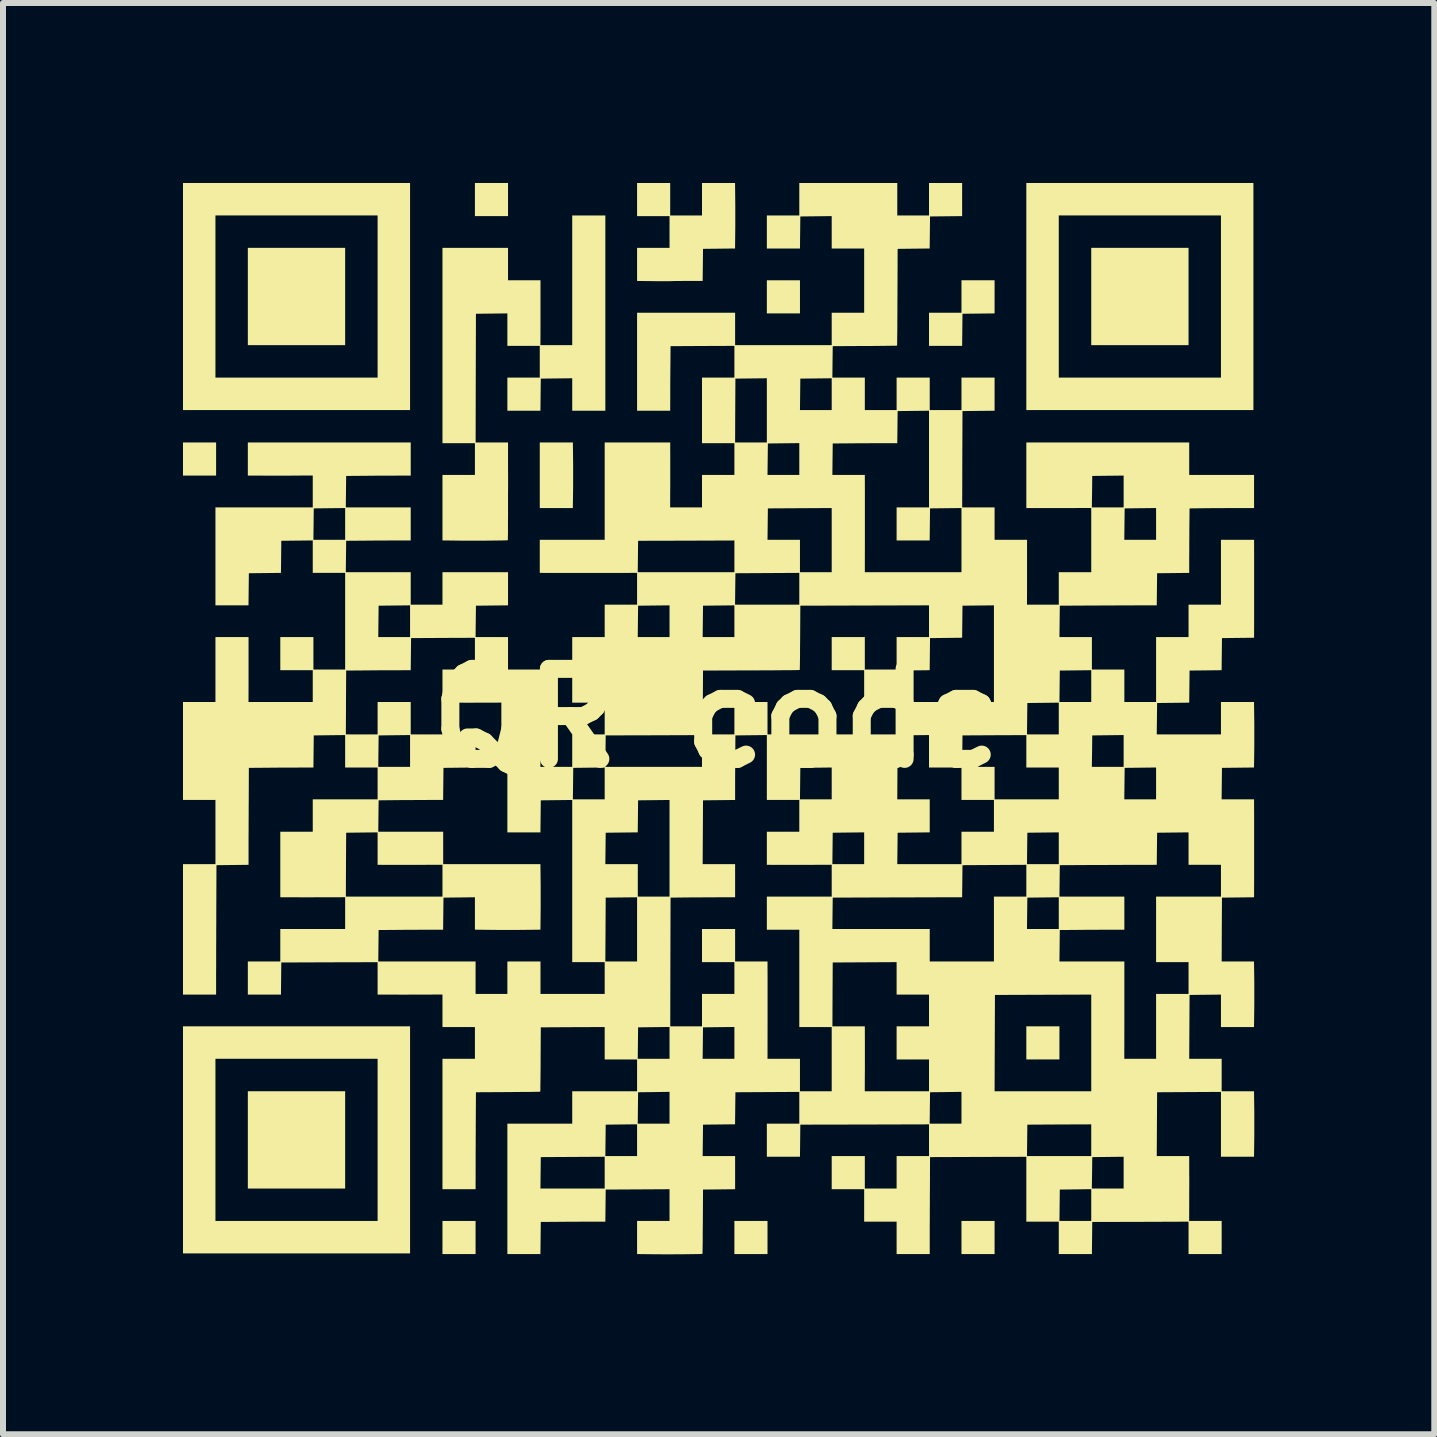
<source format=kicad_pcb>
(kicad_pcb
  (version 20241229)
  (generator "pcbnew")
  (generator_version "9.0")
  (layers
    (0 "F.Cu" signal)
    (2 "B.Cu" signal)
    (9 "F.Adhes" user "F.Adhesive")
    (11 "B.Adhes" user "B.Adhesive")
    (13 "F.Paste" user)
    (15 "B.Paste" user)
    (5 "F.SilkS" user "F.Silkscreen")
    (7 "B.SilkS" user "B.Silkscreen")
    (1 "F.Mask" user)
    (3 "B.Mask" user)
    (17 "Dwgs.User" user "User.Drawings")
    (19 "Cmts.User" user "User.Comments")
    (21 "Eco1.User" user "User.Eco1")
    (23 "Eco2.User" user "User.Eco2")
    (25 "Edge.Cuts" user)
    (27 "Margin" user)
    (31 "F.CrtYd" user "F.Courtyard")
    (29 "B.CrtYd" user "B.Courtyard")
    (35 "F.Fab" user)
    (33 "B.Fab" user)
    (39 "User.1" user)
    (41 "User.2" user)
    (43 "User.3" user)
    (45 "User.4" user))
  (footprint "QR code"
    (layer "F.Cu")
    (at 8.921 8.921)
    (property "Reference" "QR code" (at 0 0 0) (layer "F.SilkS") (effects (font (size 1.5 1.5) (thickness 0.3))))
    (attr board_only exclude_from_pos_files exclude_from_bom)
    (fp_poly (pts (xy -8.369 -4.32) (xy -8.369 -4.044) (xy -8.645 -4.044) (xy -8.921 -4.044) (xy -8.921 -4.32) (xy -8.921 -4.596) (xy -8.645 -4.596) (xy -8.369 -4.596)) (stroke (width 0) (type solid)) (fill yes) (layer "F.SilkS"))
    (fp_poly (pts (xy -6.218 -7.029) (xy -6.218 -6.218) (xy -7.029 -6.218) (xy -7.84 -6.218) (xy -7.84 -7.029) (xy -7.84 -7.84) (xy -7.029 -7.84) (xy -6.218 -7.84)) (stroke (width 0) (type solid)) (fill yes) (layer "F.SilkS"))
    (fp_poly (pts (xy -6.218 7.029) (xy -6.218 7.84) (xy -7.029 7.84) (xy -7.84 7.84) (xy -7.84 7.029) (xy -7.84 6.218) (xy -7.029 6.218) (xy -6.218 6.218)) (stroke (width 0) (type solid)) (fill yes) (layer "F.SilkS"))
    (fp_poly (pts (xy -4.044 8.656) (xy -4.044 8.932) (xy -4.32 8.932) (xy -4.596 8.932) (xy -4.596 8.656) (xy -4.596 8.38) (xy -4.32 8.38) (xy -4.044 8.38)) (stroke (width 0) (type solid)) (fill yes) (layer "F.SilkS"))
    (fp_poly (pts (xy -3.503 -8.645) (xy -3.503 -8.369) (xy -3.779 -8.369) (xy -4.055 -8.369) (xy -4.055 -8.645) (xy -4.055 -8.921) (xy -3.779 -8.921) (xy -3.503 -8.921)) (stroke (width 0) (type solid)) (fill yes) (layer "F.SilkS"))
    (fp_poly (pts (xy 0.822 8.656) (xy 0.822 8.932) (xy 0.546 8.932) (xy 0.27 8.932) (xy 0.27 8.656) (xy 0.27 8.38) (xy 0.546 8.38) (xy 0.822 8.38)) (stroke (width 0) (type solid)) (fill yes) (layer "F.SilkS"))
    (fp_poly (pts (xy 1.363 -7.023) (xy 1.363 -6.747) (xy 1.087 -6.747) (xy 0.811 -6.747) (xy 0.811 -7.023) (xy 0.811 -7.299) (xy 1.087 -7.299) (xy 1.363 -7.299)) (stroke (width 0) (type solid)) (fill yes) (layer "F.SilkS"))
    (fp_poly (pts (xy 4.607 8.656) (xy 4.607 8.932) (xy 4.331 8.932) (xy 4.055 8.932) (xy 4.055 8.656) (xy 4.055 8.38) (xy 4.331 8.38) (xy 4.607 8.38)) (stroke (width 0) (type solid)) (fill yes) (layer "F.SilkS"))
    (fp_poly (pts (xy 5.688 5.412) (xy 5.688 5.688) (xy 5.412 5.688) (xy 5.136 5.688) (xy 5.136 5.412) (xy 5.136 5.136) (xy 5.412 5.136) (xy 5.688 5.136)) (stroke (width 0) (type solid)) (fill yes) (layer "F.SilkS"))
    (fp_poly (pts (xy 7.84 -7.029) (xy 7.84 -6.218) (xy 7.029 -6.218) (xy 6.218 -6.218) (xy 6.218 -7.029) (xy 6.218 -7.84) (xy 7.029 -7.84) (xy 7.84 -7.84)) (stroke (width 0) (type solid)) (fill yes) (layer "F.SilkS"))
    (fp_poly (pts (xy -2.419 -4.323) (xy -2.418 -4.223) (xy -2.418 -4.111) (xy -2.418 -3.993) (xy -2.418 -3.88) (xy -2.419 -3.78) (xy -2.419 -3.776) (xy -2.423 -3.503) (xy -2.698 -3.503) (xy -2.974 -3.503) (xy -2.974 -4.049) (xy -2.974 -4.596) (xy -2.698 -4.596) (xy -2.422 -4.596)) (stroke (width 0) (type solid)) (fill yes) (layer "F.SilkS"))
    (fp_poly (pts (xy 4.607 -7.023) (xy 4.607 -6.747) (xy 4.339 -6.744) (xy 4.072 -6.741) (xy 4.069 -6.474) (xy 4.066 -6.206) (xy 3.79 -6.206) (xy 3.514 -6.206) (xy 3.514 -6.482) (xy 3.514 -6.758) (xy 3.785 -6.758) (xy 4.055 -6.758) (xy 4.055 -7.029) (xy 4.055 -7.299) (xy 4.331 -7.299) (xy 4.607 -7.299)) (stroke (width 0) (type solid)) (fill yes) (layer "F.SilkS"))
    (fp_poly (pts (xy -5.136 -7.029) (xy -5.136 -5.136) (xy -7.029 -5.136) (xy -8.921 -5.136) (xy -8.921 -7.029) (xy -8.38 -7.029) (xy -8.38 -5.677) (xy -7.029 -5.677) (xy -5.677 -5.677) (xy -5.677 -7.029) (xy -5.677 -8.38) (xy -7.029 -8.38) (xy -8.38 -8.38) (xy -8.38 -7.029) (xy -8.921 -7.029) (xy -8.921 -8.921) (xy -7.029 -8.921) (xy -5.136 -8.921)) (stroke (width 0) (type solid)) (fill yes) (layer "F.SilkS"))
    (fp_poly (pts (xy -5.136 7.029) (xy -5.136 8.921) (xy -7.029 8.921) (xy -8.921 8.921) (xy -8.921 7.029) (xy -8.38 7.029) (xy -8.38 8.38) (xy -7.029 8.38) (xy -5.677 8.38) (xy -5.677 7.029) (xy -5.677 5.677) (xy -7.029 5.677) (xy -8.38 5.677) (xy -8.38 7.029) (xy -8.921 7.029) (xy -8.921 5.136) (xy -7.029 5.136) (xy -5.136 5.136)) (stroke (width 0) (type solid)) (fill yes) (layer "F.SilkS"))
    (fp_poly (pts (xy 8.921 -7.029) (xy 8.921 -5.136) (xy 7.029 -5.136) (xy 5.136 -5.136) (xy 5.136 -7.029) (xy 5.677 -7.029) (xy 5.677 -5.677) (xy 7.029 -5.677) (xy 8.38 -5.677) (xy 8.38 -7.029) (xy 8.38 -8.38) (xy 7.029 -8.38) (xy 5.677 -8.38) (xy 5.677 -7.029) (xy 5.136 -7.029) (xy 5.136 -8.921) (xy 7.029 -8.921) (xy 8.921 -8.921)) (stroke (width 0) (type solid)) (fill yes) (layer "F.SilkS"))
    (fp_poly (pts (xy -0.8 -8.651) (xy -0.8 -8.38) (xy -0.535 -8.38) (xy -0.27 -8.38) (xy -0.27 -8.651) (xy -0.27 -8.921) (xy 0.005 -8.921) (xy 0.281 -8.921) (xy 0.284 -8.648) (xy 0.285 -8.549) (xy 0.285 -8.436) (xy 0.285 -8.319) (xy 0.285 -8.206) (xy 0.284 -8.106) (xy 0.284 -8.102) (xy 0.281 -7.829) (xy 0.014 -7.826) (xy -0.253 -7.823) (xy -0.256 -7.555) (xy -0.259 -7.288) (xy -0.517 -7.288) (xy -0.592 -7.288) (xy -0.659 -7.287) (xy -0.716 -7.287) (xy -0.759 -7.286) (xy -0.785 -7.285) (xy -0.79 -7.285) (xy -0.805 -7.284) (xy -0.84 -7.284) (xy -0.89 -7.284) (xy -0.953 -7.284) (xy -1.025 -7.284) (xy -1.079 -7.285) (xy -1.352 -7.288) (xy -1.352 -7.564) (xy -1.352 -7.84) (xy -1.081 -7.84) (xy -0.811 -7.84) (xy -0.811 -8.104) (xy -0.811 -8.369) (xy -1.081 -8.369) (xy -1.352 -8.369) (xy -1.352 -8.645) (xy -1.352 -8.921) (xy -1.076 -8.921) (xy -0.8 -8.921)) (stroke (width 0) (type solid)) (fill yes) (layer "F.SilkS"))
    (fp_poly (pts (xy -1.881 -8.11) (xy -1.881 -8.059) (xy -1.881 -7.987) (xy -1.881 -7.898) (xy -1.881 -7.792) (xy -1.881 -7.671) (xy -1.881 -7.539) (xy -1.881 -7.396) (xy -1.881 -7.246) (xy -1.881 -7.089) (xy -1.881 -6.929) (xy -1.881 -6.767) (xy -1.881 -6.747) (xy -1.881 -6.585) (xy -1.881 -6.425) (xy -1.881 -6.268) (xy -1.881 -6.117) (xy -1.881 -5.974) (xy -1.881 -5.841) (xy -1.881 -5.72) (xy -1.881 -5.612) (xy -1.881 -5.521) (xy -1.881 -5.448) (xy -1.881 -5.395) (xy -1.881 -5.39) (xy -1.881 -5.125) (xy -2.157 -5.125) (xy -2.433 -5.125) (xy -2.433 -5.396) (xy -2.433 -5.666) (xy -2.695 -5.663) (xy -2.957 -5.66) (xy -2.96 -5.393) (xy -2.963 -5.125) (xy -3.239 -5.125) (xy -3.514 -5.125) (xy -3.514 -5.401) (xy -3.514 -5.677) (xy -3.244 -5.677) (xy -2.974 -5.677) (xy -2.974 -5.942) (xy -2.974 -6.206) (xy -3.244 -6.206) (xy -3.514 -6.206) (xy -3.514 -6.477) (xy -3.514 -6.747) (xy -3.776 -6.744) (xy -4.038 -6.741) (xy -4.041 -5.669) (xy -4.043 -4.596) (xy -3.773 -4.596) (xy -3.503 -4.596) (xy -3.503 -4.323) (xy -3.503 -4.172) (xy -3.502 -4.023) (xy -3.502 -3.877) (xy -3.503 -3.736) (xy -3.503 -3.602) (xy -3.503 -3.476) (xy -3.503 -3.36) (xy -3.504 -3.255) (xy -3.504 -3.165) (xy -3.504 -3.089) (xy -3.505 -3.03) (xy -3.506 -2.989) (xy -3.506 -2.969) (xy -3.506 -2.967) (xy -3.519 -2.965) (xy -3.55 -2.964) (xy -3.599 -2.963) (xy -3.662 -2.962) (xy -3.736 -2.961) (xy -3.818 -2.96) (xy -3.906 -2.959) (xy -3.997 -2.959) (xy -4.088 -2.959) (xy -4.176 -2.959) (xy -4.258 -2.959) (xy -4.328 -2.96) (xy -4.596 -2.963) (xy -4.596 -3.509) (xy -4.596 -4.055) (xy -4.325 -4.055) (xy -4.055 -4.055) (xy -4.055 -4.32) (xy -4.055 -4.584) (xy -4.325 -4.584) (xy -4.596 -4.584) (xy -4.596 -6.212) (xy -4.596 -7.84) (xy -4.049 -7.84) (xy -3.503 -7.84) (xy -3.503 -7.569) (xy -3.503 -7.299) (xy -3.233 -7.299) (xy -2.962 -7.299) (xy -2.962 -7.026) (xy -2.962 -6.927) (xy -2.962 -6.816) (xy -2.962 -6.7) (xy -2.962 -6.589) (xy -2.962 -6.491) (xy -2.962 -6.485) (xy -2.963 -6.218) (xy -2.698 -6.218) (xy -2.433 -6.218) (xy -2.433 -7.299) (xy -2.433 -8.38) (xy -2.157 -8.38) (xy -1.881 -8.38)) (stroke (width 0) (type solid)) (fill yes) (layer "F.SilkS"))
    (fp_poly (pts (xy 2.985 -8.651) (xy 2.985 -8.38) (xy 3.25 -8.38) (xy 3.514 -8.38) (xy 3.514 -8.651) (xy 3.514 -8.921) (xy 3.79 -8.921) (xy 4.066 -8.921) (xy 4.066 -8.645) (xy 4.066 -8.369) (xy 3.799 -8.366) (xy 3.531 -8.363) (xy 3.528 -8.096) (xy 3.525 -7.829) (xy 3.258 -7.826) (xy 2.991 -7.823) (xy 2.988 -7.018) (xy 2.987 -6.886) (xy 2.987 -6.76) (xy 2.986 -6.643) (xy 2.986 -6.536) (xy 2.985 -6.441) (xy 2.984 -6.36) (xy 2.983 -6.295) (xy 2.983 -6.247) (xy 2.982 -6.218) (xy 2.981 -6.21) (xy 2.97 -6.209) (xy 2.938 -6.208) (xy 2.887 -6.208) (xy 2.821 -6.207) (xy 2.742 -6.206) (xy 2.65 -6.205) (xy 2.55 -6.204) (xy 2.443 -6.204) (xy 1.909 -6.201) (xy 1.906 -5.939) (xy 1.903 -5.677) (xy 2.174 -5.677) (xy 2.444 -5.677) (xy 2.444 -5.407) (xy 2.444 -5.136) (xy 2.709 -5.136) (xy 2.974 -5.136) (xy 2.974 -5.407) (xy 2.974 -5.677) (xy 3.25 -5.677) (xy 3.526 -5.677) (xy 3.526 -5.407) (xy 3.526 -5.136) (xy 3.79 -5.136) (xy 4.055 -5.136) (xy 4.055 -5.407) (xy 4.055 -5.677) (xy 4.331 -5.677) (xy 4.607 -5.677) (xy 4.607 -5.401) (xy 4.607 -5.125) (xy 4.339 -5.122) (xy 4.072 -5.119) (xy 4.069 -4.317) (xy 4.067 -3.514) (xy 4.337 -3.514) (xy 4.607 -3.514) (xy 4.607 -3.244) (xy 4.607 -2.974) (xy 4.877 -2.974) (xy 5.148 -2.974) (xy 5.148 -2.701) (xy 5.148 -2.602) (xy 5.148 -2.49) (xy 5.148 -2.375) (xy 5.148 -2.263) (xy 5.148 -2.165) (xy 5.148 -2.16) (xy 5.147 -1.892) (xy 5.412 -1.892) (xy 5.677 -1.892) (xy 5.677 -2.163) (xy 5.677 -2.433) (xy 5.947 -2.433) (xy 6.218 -2.433) (xy 6.218 -2.969) (xy 6.218 -2.974) (xy 6.769 -2.974) (xy 7.034 -2.974) (xy 7.299 -2.974) (xy 7.299 -3.239) (xy 7.299 -3.503) (xy 7.037 -3.5) (xy 6.775 -3.497) (xy 6.772 -3.236) (xy 6.769 -2.974) (xy 6.218 -2.974) (xy 6.218 -3.504) (xy 5.95 -3.503) (xy 5.853 -3.503) (xy 5.742 -3.503) (xy 5.627 -3.502) (xy 5.514 -3.502) (xy 5.415 -3.502) (xy 5.409 -3.503) (xy 5.136 -3.503) (xy 5.136 -3.514) (xy 6.228 -3.514) (xy 6.493 -3.514) (xy 6.758 -3.514) (xy 6.758 -3.779) (xy 6.758 -4.044) (xy 6.496 -4.041) (xy 6.235 -4.038) (xy 6.232 -3.776) (xy 6.228 -3.514) (xy 5.136 -3.514) (xy 5.136 -4.049) (xy 5.136 -4.596) (xy 6.494 -4.596) (xy 7.851 -4.596) (xy 7.851 -4.325) (xy 7.851 -4.055) (xy 8.392 -4.055) (xy 8.932 -4.055) (xy 8.932 -3.779) (xy 8.932 -3.503) (xy 8.665 -3.503) (xy 8.567 -3.502) (xy 8.456 -3.502) (xy 8.34 -3.501) (xy 8.228 -3.501) (xy 8.129 -3.5) (xy 8.127 -3.5) (xy 7.857 -3.497) (xy 7.854 -3.227) (xy 7.853 -3.129) (xy 7.853 -3.017) (xy 7.852 -2.901) (xy 7.852 -2.79) (xy 7.851 -2.692) (xy 7.851 -2.689) (xy 7.851 -2.422) (xy 7.583 -2.419) (xy 7.316 -2.416) (xy 7.313 -2.149) (xy 7.31 -1.881) (xy 7.043 -1.881) (xy 6.974 -1.881) (xy 6.886 -1.88) (xy 6.784 -1.88) (xy 6.671 -1.88) (xy 6.551 -1.879) (xy 6.428 -1.879) (xy 6.305 -1.878) (xy 6.235 -1.878) (xy 5.694 -1.875) (xy 5.691 -1.614) (xy 5.688 -1.352) (xy 5.958 -1.352) (xy 6.229 -1.352) (xy 6.229 -1.081) (xy 6.229 -0.811) (xy 6.499 -0.811) (xy 6.77 -0.811) (xy 6.77 -0.541) (xy 6.77 -0.27) (xy 7.034 -0.27) (xy 7.299 -0.27) (xy 7.299 -0.811) (xy 7.299 -1.352) (xy 7.569 -1.352) (xy 7.84 -1.352) (xy 7.84 -1.622) (xy 7.84 -1.892) (xy 8.11 -1.892) (xy 8.38 -1.892) (xy 8.38 -2.433) (xy 8.38 -2.974) (xy 8.656 -2.974) (xy 8.932 -2.974) (xy 8.933 -2.703) (xy 8.933 -2.607) (xy 8.933 -2.496) (xy 8.933 -2.38) (xy 8.933 -2.267) (xy 8.933 -2.165) (xy 8.933 -2.151) (xy 8.933 -2.053) (xy 8.933 -1.942) (xy 8.933 -1.827) (xy 8.933 -1.717) (xy 8.933 -1.62) (xy 8.933 -1.605) (xy 8.932 -1.341) (xy 8.665 -1.338) (xy 8.397 -1.335) (xy 8.394 -1.067) (xy 8.391 -0.8) (xy 8.124 -0.797) (xy 7.857 -0.794) (xy 7.854 -0.527) (xy 7.851 -0.259) (xy 7.583 -0.256) (xy 7.316 -0.253) (xy 7.313 0.008) (xy 7.31 0.27) (xy 7.845 0.27) (xy 8.38 0.27) (xy 8.38 0) (xy 8.38 -0.27) (xy 8.656 -0.27) (xy 8.931 -0.27) (xy 8.935 0.003) (xy 8.936 0.102) (xy 8.936 0.215) (xy 8.936 0.332) (xy 8.936 0.445) (xy 8.935 0.545) (xy 8.935 0.549) (xy 8.931 0.822) (xy 8.664 0.825) (xy 8.397 0.828) (xy 8.394 1.09) (xy 8.391 1.352) (xy 8.662 1.352) (xy 8.932 1.352) (xy 8.933 1.622) (xy 8.933 1.718) (xy 8.933 1.829) (xy 8.933 1.945) (xy 8.933 2.058) (xy 8.933 2.16) (xy 8.933 2.174) (xy 8.933 2.273) (xy 8.933 2.383) (xy 8.933 2.498) (xy 8.933 2.608) (xy 8.933 2.706) (xy 8.933 2.72) (xy 8.932 2.985) (xy 8.665 2.988) (xy 8.397 2.991) (xy 8.394 3.523) (xy 8.392 4.055) (xy 8.662 4.055) (xy 8.931 4.055) (xy 8.935 4.328) (xy 8.936 4.427) (xy 8.936 4.54) (xy 8.936 4.657) (xy 8.936 4.77) (xy 8.935 4.87) (xy 8.935 4.874) (xy 8.931 5.148) (xy 8.656 5.148) (xy 8.38 5.148) (xy 8.38 4.877) (xy 8.38 4.607) (xy 8.118 4.61) (xy 7.857 4.613) (xy 7.854 5.145) (xy 7.851 5.677) (xy 8.121 5.677) (xy 8.392 5.677) (xy 8.392 5.947) (xy 8.392 6.218) (xy 8.662 6.218) (xy 8.931 6.218) (xy 8.935 6.491) (xy 8.936 6.59) (xy 8.936 6.703) (xy 8.936 6.82) (xy 8.936 6.933) (xy 8.935 7.033) (xy 8.935 7.037) (xy 8.931 7.31) (xy 8.656 7.31) (xy 8.38 7.31) (xy 8.38 6.77) (xy 8.38 6.229) (xy 7.848 6.232) (xy 7.316 6.235) (xy 7.313 6.767) (xy 7.31 7.299) (xy 7.581 7.299) (xy 7.851 7.299) (xy 7.851 7.572) (xy 7.852 7.671) (xy 7.852 7.782) (xy 7.851 7.898) (xy 7.851 8.009) (xy 7.851 8.107) (xy 7.851 8.113) (xy 7.85 8.38) (xy 8.121 8.38) (xy 8.392 8.38) (xy 8.392 8.656) (xy 8.392 8.932) (xy 8.116 8.932) (xy 7.84 8.932) (xy 7.84 8.662) (xy 7.84 8.392) (xy 7.037 8.395) (xy 6.235 8.397) (xy 6.232 8.665) (xy 6.229 8.932) (xy 5.953 8.932) (xy 5.677 8.932) (xy 5.677 8.662) (xy 5.677 8.392) (xy 5.407 8.392) (xy 5.136 8.392) (xy 5.136 8.38) (xy 5.688 8.38) (xy 5.953 8.38) (xy 6.218 8.38) (xy 6.218 8.115) (xy 6.218 7.85) (xy 5.956 7.854) (xy 5.694 7.857) (xy 5.691 8.118) (xy 5.688 8.38) (xy 5.136 8.38) (xy 5.136 7.851) (xy 5.136 7.84) (xy 6.228 7.84) (xy 6.493 7.84) (xy 6.758 7.84) (xy 6.758 7.575) (xy 6.758 7.31) (xy 6.496 7.313) (xy 6.235 7.316) (xy 6.232 7.578) (xy 6.228 7.84) (xy 5.136 7.84) (xy 5.136 7.311) (xy 4.334 7.313) (xy 3.531 7.316) (xy 3.529 7.857) (xy 3.528 7.977) (xy 3.528 8.1) (xy 3.527 8.223) (xy 3.527 8.34) (xy 3.526 8.449) (xy 3.526 8.546) (xy 3.526 8.626) (xy 3.526 8.665) (xy 3.526 8.932) (xy 3.25 8.932) (xy 2.974 8.932) (xy 2.974 8.662) (xy 2.974 8.392) (xy 2.703 8.392) (xy 2.433 8.392) (xy 2.433 8.121) (xy 2.433 7.851) (xy 2.163 7.851) (xy 1.892 7.851) (xy 1.892 7.575) (xy 1.892 7.299) (xy 2.168 7.299) (xy 2.444 7.299) (xy 2.444 7.569) (xy 2.444 7.84) (xy 2.709 7.84) (xy 2.974 7.84) (xy 2.974 7.569) (xy 2.974 7.299) (xy 3.244 7.299) (xy 3.514 7.299) (xy 5.147 7.299) (xy 5.682 7.299) (xy 6.218 7.299) (xy 6.218 7.034) (xy 6.218 6.77) (xy 5.685 6.772) (xy 5.153 6.775) (xy 5.15 7.037) (xy 5.147 7.299) (xy 3.514 7.299) (xy 3.514 7.034) (xy 3.514 6.77) (xy 2.441 6.773) (xy 1.369 6.775) (xy 1.366 7.043) (xy 1.363 7.31) (xy 1.087 7.31) (xy 0.811 7.31) (xy 0.811 7.034) (xy 0.811 6.758) (xy 1.081 6.758) (xy 1.352 6.758) (xy 3.525 6.758) (xy 3.79 6.758) (xy 4.055 6.758) (xy 4.055 6.493) (xy 4.055 6.228) (xy 3.793 6.232) (xy 3.531 6.235) (xy 3.528 6.496) (xy 3.525 6.758) (xy 1.352 6.758) (xy 1.352 6.494) (xy 1.352 6.229) (xy 0.819 6.232) (xy 0.287 6.235) (xy 0.284 6.502) (xy 0.281 6.769) (xy 0.014 6.772) (xy -0.253 6.775) (xy -0.256 7.037) (xy -0.259 7.299) (xy 0.011 7.299) (xy 0.282 7.299) (xy 0.282 7.575) (xy 0.282 7.851) (xy 0.014 7.854) (xy -0.253 7.857) (xy -0.256 8.391) (xy -0.257 8.498) (xy -0.258 8.598) (xy -0.258 8.689) (xy -0.259 8.769) (xy -0.26 8.835) (xy -0.261 8.885) (xy -0.261 8.916) (xy -0.262 8.928) (xy -0.274 8.929) (xy -0.306 8.931) (xy -0.355 8.932) (xy -0.418 8.933) (xy -0.492 8.934) (xy -0.575 8.935) (xy -0.663 8.935) (xy -0.754 8.936) (xy -0.846 8.936) (xy -0.934 8.936) (xy -1.017 8.935) (xy -1.084 8.935) (xy -1.352 8.932) (xy -1.352 8.656) (xy -1.352 8.38) (xy -1.081 8.38) (xy -0.811 8.38) (xy -0.811 8.116) (xy -0.811 7.851) (xy -1.343 7.854) (xy -1.875 7.857) (xy -1.878 8.124) (xy -1.881 8.392) (xy -2.149 8.392) (xy -2.246 8.392) (xy -2.357 8.393) (xy -2.473 8.393) (xy -2.585 8.394) (xy -2.684 8.395) (xy -2.686 8.395) (xy -2.957 8.397) (xy -2.96 8.665) (xy -2.963 8.932) (xy -3.239 8.932) (xy -3.514 8.932) (xy -3.514 7.845) (xy -3.514 7.84) (xy -2.963 7.84) (xy -2.428 7.84) (xy -1.892 7.84) (xy -1.892 7.575) (xy -1.892 7.31) (xy -2.425 7.313) (xy -2.957 7.316) (xy -2.96 7.578) (xy -2.963 7.84) (xy -3.514 7.84) (xy -3.514 7.299) (xy -1.881 7.299) (xy -1.617 7.299) (xy -1.352 7.299) (xy -1.352 7.034) (xy -1.352 6.769) (xy -1.614 6.772) (xy -1.875 6.775) (xy -1.878 7.037) (xy -1.881 7.299) (xy -3.514 7.299) (xy -3.514 6.758) (xy -2.974 6.758) (xy -2.433 6.758) (xy -1.341 6.758) (xy -1.076 6.758) (xy -0.811 6.758) (xy -0.811 6.493) (xy -0.811 6.228) (xy -1.073 6.232) (xy -1.335 6.235) (xy -1.338 6.496) (xy -1.341 6.758) (xy -2.433 6.758) (xy -2.433 6.488) (xy -2.433 6.218) (xy -1.892 6.218) (xy -1.352 6.218) (xy -1.352 5.953) (xy -1.352 5.688) (xy -1.622 5.688) (xy -1.892 5.688) (xy -1.892 5.677) (xy -1.341 5.677) (xy -1.076 5.677) (xy -0.811 5.677) (xy -0.259 5.677) (xy 0.005 5.677) (xy 0.27 5.677) (xy 0.27 5.412) (xy 0.27 5.147) (xy 0.008 5.15) (xy -0.253 5.153) (xy -0.256 5.415) (xy -0.259 5.677) (xy -0.811 5.677) (xy -0.811 5.412) (xy -0.811 5.147) (xy -1.073 5.15) (xy -1.335 5.153) (xy -1.338 5.415) (xy -1.341 5.677) (xy -1.892 5.677) (xy -1.892 5.418) (xy -1.892 5.148) (xy -2.425 5.15) (xy -2.957 5.153) (xy -2.96 5.687) (xy -2.96 5.795) (xy -2.961 5.895) (xy -2.962 5.986) (xy -2.963 6.066) (xy -2.964 6.132) (xy -2.964 6.182) (xy -2.965 6.214) (xy -2.966 6.225) (xy -2.978 6.226) (xy -3.01 6.227) (xy -3.06 6.228) (xy -3.126 6.229) (xy -3.206 6.23) (xy -3.297 6.23) (xy -3.397 6.231) (xy -3.504 6.232) (xy -4.038 6.235) (xy -4.041 6.775) (xy -4.041 6.895) (xy -4.042 7.019) (xy -4.042 7.141) (xy -4.043 7.259) (xy -4.043 7.368) (xy -4.043 7.465) (xy -4.043 7.545) (xy -4.043 7.583) (xy -4.044 7.851) (xy -4.32 7.851) (xy -4.596 7.851) (xy -4.596 6.764) (xy -4.596 5.677) (xy -4.325 5.677) (xy -4.055 5.677) (xy -4.055 5.412) (xy -4.055 5.148) (xy -4.325 5.148) (xy -4.596 5.148) (xy -4.596 5.136) (xy -0.799 5.136) (xy -0.535 5.136) (xy -0.27 5.136) (xy -0.27 4.866) (xy -0.27 4.596) (xy 0 4.596) (xy 0.27 4.596) (xy 0.27 4.331) (xy 0.27 4.066) (xy 0 4.066) (xy -0.27 4.066) (xy -0.27 3.79) (xy -0.27 3.514) (xy 0.006 3.514) (xy 0.282 3.514) (xy 0.282 3.785) (xy 0.282 4.055) (xy 0.552 4.055) (xy 0.822 4.055) (xy 0.823 4.328) (xy 0.823 4.398) (xy 0.823 4.487) (xy 0.823 4.591) (xy 0.823 4.705) (xy 0.823 4.826) (xy 0.823 4.949) (xy 0.823 5.072) (xy 0.823 5.139) (xy 0.822 5.677) (xy 1.092 5.677) (xy 1.363 5.677) (xy 1.363 5.947) (xy 1.363 6.218) (xy 1.628 6.218) (xy 1.892 6.218) (xy 1.892 5.683) (xy 1.892 5.148) (xy 1.622 5.148) (xy 1.352 5.148) (xy 1.352 5.136) (xy 1.904 5.136) (xy 2.174 5.136) (xy 2.444 5.136) (xy 2.445 5.409) (xy 2.445 5.508) (xy 2.445 5.62) (xy 2.445 5.735) (xy 2.445 5.847) (xy 2.444 5.945) (xy 2.444 5.95) (xy 2.443 6.218) (xy 2.979 6.218) (xy 3.514 6.218) (xy 4.607 6.218) (xy 5.412 6.218) (xy 6.218 6.218) (xy 6.218 5.412) (xy 6.218 4.607) (xy 5.415 4.61) (xy 4.613 4.613) (xy 4.61 5.415) (xy 4.607 6.218) (xy 3.514 6.218) (xy 3.514 5.953) (xy 3.514 5.688) (xy 3.244 5.688) (xy 2.974 5.688) (xy 2.974 5.412) (xy 2.974 5.136) (xy 3.244 5.136) (xy 3.514 5.136) (xy 3.514 4.872) (xy 3.514 4.607) (xy 3.244 4.607) (xy 2.974 4.607) (xy 2.974 4.337) (xy 2.974 4.066) (xy 2.441 4.069) (xy 1.909 4.072) (xy 1.906 4.604) (xy 1.904 5.136) (xy 1.352 5.136) (xy 1.352 4.337) (xy 1.352 3.526) (xy 1.081 3.526) (xy 0.811 3.526) (xy 0.811 3.514) (xy 1.903 3.514) (xy 2.714 3.514) (xy 3.526 3.514) (xy 3.526 3.785) (xy 3.526 4.055) (xy 4.061 4.055) (xy 4.596 4.055) (xy 4.596 3.514) (xy 5.147 3.514) (xy 5.412 3.514) (xy 5.677 3.514) (xy 5.677 3.249) (xy 5.677 2.985) (xy 5.415 2.988) (xy 5.153 2.991) (xy 5.15 3.252) (xy 5.147 3.514) (xy 4.596 3.514) (xy 4.596 2.974) (xy 4.866 2.974) (xy 5.136 2.974) (xy 5.688 2.974) (xy 6.229 2.974) (xy 6.77 2.974) (xy 6.77 3.25) (xy 6.77 3.526) (xy 6.502 3.526) (xy 6.404 3.526) (xy 6.293 3.527) (xy 6.177 3.527) (xy 6.065 3.528) (xy 5.967 3.529) (xy 5.964 3.529) (xy 5.694 3.531) (xy 5.691 3.793) (xy 5.688 4.055) (xy 6.229 4.055) (xy 6.77 4.055) (xy 6.77 4.328) (xy 6.77 4.398) (xy 6.77 4.487) (xy 6.77 4.591) (xy 6.77 4.705) (xy 6.77 4.826) (xy 6.77 4.949) (xy 6.77 5.072) (xy 6.77 5.139) (xy 6.769 5.677) (xy 7.034 5.677) (xy 7.299 5.677) (xy 7.299 5.136) (xy 7.299 4.596) (xy 7.569 4.596) (xy 7.84 4.596) (xy 7.84 4.331) (xy 7.84 4.066) (xy 7.569 4.066) (xy 7.299 4.066) (xy 7.299 3.52) (xy 7.299 2.974) (xy 7.84 2.974) (xy 8.38 2.974) (xy 8.38 2.709) (xy 8.38 2.444) (xy 8.11 2.444) (xy 7.84 2.444) (xy 7.84 2.174) (xy 7.84 1.903) (xy 7.578 1.906) (xy 7.316 1.909) (xy 7.313 2.177) (xy 7.31 2.444) (xy 7.043 2.445) (xy 6.974 2.445) (xy 6.886 2.445) (xy 6.784 2.445) (xy 6.671 2.446) (xy 6.551 2.446) (xy 6.428 2.447) (xy 6.305 2.447) (xy 6.235 2.447) (xy 5.694 2.45) (xy 5.691 2.712) (xy 5.688 2.974) (xy 5.136 2.974) (xy 5.136 2.709) (xy 5.136 2.444) (xy 4.604 2.447) (xy 4.072 2.45) (xy 4.069 2.717) (xy 4.066 2.985) (xy 3.799 2.985) (xy 3.741 2.985) (xy 3.664 2.985) (xy 3.57 2.986) (xy 3.461 2.986) (xy 3.34 2.986) (xy 3.21 2.987) (xy 3.073 2.987) (xy 2.932 2.987) (xy 2.79 2.988) (xy 2.72 2.988) (xy 1.909 2.991) (xy 1.906 3.252) (xy 1.903 3.514) (xy 0.811 3.514) (xy 0.811 3.25) (xy 0.811 2.974) (xy 1.352 2.974) (xy 1.892 2.974) (xy 1.892 2.708) (xy 1.892 2.443) (xy 1.625 2.444) (xy 1.528 2.445) (xy 1.417 2.445) (xy 1.301 2.445) (xy 1.189 2.445) (xy 1.09 2.445) (xy 1.084 2.445) (xy 0.811 2.444) (xy 0.811 2.433) (xy 1.903 2.433) (xy 2.168 2.433) (xy 2.433 2.433) (xy 2.985 2.433) (xy 3.52 2.433) (xy 4.055 2.433) (xy 5.147 2.433) (xy 5.412 2.433) (xy 5.677 2.433) (xy 5.677 2.168) (xy 5.677 1.903) (xy 5.415 1.906) (xy 5.153 1.909) (xy 5.15 2.171) (xy 5.147 2.433) (xy 4.055 2.433) (xy 4.055 2.163) (xy 4.055 1.892) (xy 4.325 1.892) (xy 4.596 1.892) (xy 4.596 1.628) (xy 4.596 1.363) (xy 4.325 1.363) (xy 4.055 1.363) (xy 4.055 1.093) (xy 4.055 0.822) (xy 3.785 0.822) (xy 3.514 0.822) (xy 3.514 0.811) (xy 4.066 0.811) (xy 4.336 0.811) (xy 4.607 0.811) (xy 4.607 1.081) (xy 4.607 1.352) (xy 5.142 1.352) (xy 5.677 1.352) (xy 6.769 1.352) (xy 7.034 1.352) (xy 7.299 1.352) (xy 7.299 1.087) (xy 7.299 0.822) (xy 7.037 0.825) (xy 6.775 0.828) (xy 6.772 1.09) (xy 6.769 1.352) (xy 5.677 1.352) (xy 5.677 1.087) (xy 5.677 0.822) (xy 5.407 0.822) (xy 5.136 0.822) (xy 5.136 0.811) (xy 6.228 0.811) (xy 6.493 0.811) (xy 6.758 0.811) (xy 6.758 0.546) (xy 6.758 0.281) (xy 6.496 0.284) (xy 6.235 0.287) (xy 6.232 0.549) (xy 6.228 0.811) (xy 5.136 0.811) (xy 5.136 0.552) (xy 5.136 0.282) (xy 4.604 0.284) (xy 4.072 0.287) (xy 4.069 0.549) (xy 4.066 0.811) (xy 3.514 0.811) (xy 3.514 0.552) (xy 3.514 0.281) (xy 3.252 0.284) (xy 2.991 0.287) (xy 2.988 0.819) (xy 2.985 1.352) (xy 3.255 1.352) (xy 3.526 1.352) (xy 3.526 1.627) (xy 3.526 1.903) (xy 3.258 1.906) (xy 2.991 1.909) (xy 2.988 2.171) (xy 2.985 2.433) (xy 2.433 2.433) (xy 2.433 2.168) (xy 2.433 1.903) (xy 2.171 1.906) (xy 1.909 1.909) (xy 1.906 2.171) (xy 1.903 2.433) (xy 0.811 2.433) (xy 0.811 2.168) (xy 0.811 1.892) (xy 1.081 1.892) (xy 1.352 1.892) (xy 1.352 1.628) (xy 1.352 1.363) (xy 1.081 1.363) (xy 0.811 1.363) (xy 0.811 1.352) (xy 1.363 1.352) (xy 1.627 1.352) (xy 1.892 1.352) (xy 1.892 1.087) (xy 1.892 0.822) (xy 1.63 0.825) (xy 1.369 0.828) (xy 1.366 1.09) (xy 1.363 1.352) (xy 0.811 1.352) (xy 0.811 0.822) (xy 0.811 0.281) (xy 0.549 0.284) (xy 0.287 0.287) (xy 0.285 0.558) (xy 0.284 0.656) (xy 0.283 0.767) (xy 0.283 0.883) (xy 0.282 0.995) (xy 0.282 1.093) (xy 0.282 1.095) (xy 0.282 1.363) (xy 0.014 1.366) (xy -0.253 1.369) (xy -0.256 1.901) (xy -0.259 2.433) (xy 0.011 2.433) (xy 0.282 2.433) (xy 0.282 2.709) (xy 0.282 2.985) (xy 0.014 2.985) (xy -0.083 2.986) (xy -0.195 2.986) (xy -0.311 2.987) (xy -0.423 2.987) (xy -0.521 2.988) (xy -0.524 2.988) (xy -0.794 2.991) (xy -0.797 4.063) (xy -0.799 5.136) (xy -4.596 5.136) (xy -4.596 4.877) (xy -4.596 4.606) (xy -4.863 4.607) (xy -4.96 4.607) (xy -5.071 4.607) (xy -5.187 4.608) (xy -5.299 4.608) (xy -5.398 4.607) (xy -5.404 4.607) (xy -5.677 4.607) (xy -5.677 4.337) (xy -5.677 4.067) (xy -6.48 4.069) (xy -7.282 4.072) (xy -7.285 4.339) (xy -7.288 4.607) (xy -7.564 4.607) (xy -7.84 4.607) (xy -7.84 4.331) (xy -7.84 4.055) (xy -7.569 4.055) (xy -7.299 4.055) (xy -7.299 3.785) (xy -7.299 3.514) (xy -6.758 3.514) (xy -6.218 3.514) (xy -6.218 3.249) (xy -6.218 2.984) (xy -6.485 2.985) (xy -6.582 2.985) (xy -6.693 2.985) (xy -6.809 2.986) (xy -6.921 2.986) (xy -7.02 2.985) (xy -7.026 2.985) (xy -7.299 2.985) (xy -7.299 2.974) (xy -6.206 2.974) (xy -5.401 2.974) (xy -4.596 2.974) (xy -4.596 2.708) (xy -4.596 2.443) (xy -4.863 2.444) (xy -4.96 2.445) (xy -5.071 2.445) (xy -5.187 2.445) (xy -5.299 2.445) (xy -5.398 2.445) (xy -5.404 2.445) (xy -5.677 2.444) (xy -5.677 2.174) (xy -5.677 1.903) (xy -5.939 1.906) (xy -6.201 1.909) (xy -6.204 2.441) (xy -6.206 2.974) (xy -7.299 2.974) (xy -7.299 2.439) (xy -7.299 1.892) (xy -7.029 1.892) (xy -6.758 1.892) (xy -6.758 1.622) (xy -6.758 1.352) (xy -6.218 1.352) (xy -5.677 1.352) (xy -5.677 1.087) (xy -5.677 0.822) (xy -5.947 0.822) (xy -6.218 0.822) (xy -6.218 0.811) (xy -5.666 0.811) (xy -5.401 0.811) (xy -5.136 0.811) (xy -5.136 0.546) (xy -5.136 0.281) (xy -5.398 0.284) (xy -5.66 0.287) (xy -5.663 0.549) (xy -5.666 0.811) (xy -6.218 0.811) (xy -6.218 0.552) (xy -6.218 0.281) (xy -6.48 0.284) (xy -6.741 0.287) (xy -6.744 0.555) (xy -6.747 0.822) (xy -7.015 0.823) (xy -7.112 0.823) (xy -7.223 0.823) (xy -7.339 0.824) (xy -7.451 0.825) (xy -7.55 0.826) (xy -7.552 0.826) (xy -7.823 0.828) (xy -7.825 1.369) (xy -7.826 1.489) (xy -7.826 1.612) (xy -7.827 1.735) (xy -7.827 1.852) (xy -7.828 1.961) (xy -7.828 2.058) (xy -7.828 2.138) (xy -7.828 2.177) (xy -7.828 2.444) (xy -8.096 2.447) (xy -8.363 2.45) (xy -8.366 3.261) (xy -8.366 3.403) (xy -8.367 3.545) (xy -8.367 3.684) (xy -8.368 3.818) (xy -8.368 3.943) (xy -8.368 4.059) (xy -8.368 4.16) (xy -8.369 4.246) (xy -8.369 4.314) (xy -8.369 4.339) (xy -8.369 4.607) (xy -8.645 4.607) (xy -8.921 4.607) (xy -8.921 3.52) (xy -8.921 2.433) (xy -8.651 2.433) (xy -8.38 2.433) (xy -8.38 1.898) (xy -8.38 1.363) (xy -8.651 1.363) (xy -8.921 1.363) (xy -8.921 0.546) (xy -8.921 0.27) (xy -6.206 0.27) (xy -5.942 0.27) (xy -5.677 0.27) (xy -5.677 0) (xy -5.677 -0.27) (xy -5.401 -0.27) (xy -5.125 -0.27) (xy -5.125 0) (xy -5.125 0.27) (xy -4.584 0.27) (xy -4.044 0.27) (xy -4.044 0.546) (xy -4.044 0.822) (xy -4.311 0.825) (xy -4.579 0.828) (xy -4.582 1.095) (xy -4.585 1.363) (xy -4.852 1.363) (xy -4.95 1.364) (xy -5.061 1.364) (xy -5.177 1.365) (xy -5.288 1.365) (xy -5.387 1.366) (xy -5.39 1.366) (xy -5.66 1.369) (xy -5.663 1.63) (xy -5.666 1.892) (xy -5.125 1.892) (xy -4.584 1.892) (xy -4.584 2.163) (xy -4.584 2.433) (xy -3.774 2.433) (xy -2.963 2.433) (xy -2.96 2.706) (xy -2.959 2.805) (xy -2.959 2.918) (xy -2.959 3.035) (xy -2.959 3.148) (xy -2.96 3.248) (xy -2.96 3.252) (xy -2.963 3.525) (xy -3.236 3.528) (xy -3.335 3.529) (xy -3.447 3.529) (xy -3.565 3.529) (xy -3.678 3.529) (xy -3.778 3.528) (xy -3.782 3.528) (xy -4.055 3.525) (xy -4.055 3.255) (xy -4.055 2.985) (xy -4.317 2.988) (xy -4.579 2.991) (xy -4.582 3.258) (xy -4.585 3.526) (xy -4.852 3.526) (xy -4.95 3.526) (xy -5.061 3.527) (xy -5.177 3.527) (xy -5.288 3.528) (xy -5.387 3.529) (xy -5.39 3.529) (xy -5.66 3.531) (xy -5.663 3.793) (xy -5.666 4.055) (xy -4.855 4.055) (xy -4.044 4.055) (xy -4.044 4.325) (xy -4.044 4.596) (xy -3.779 4.596) (xy -3.514 4.596) (xy -3.514 4.325) (xy -3.514 4.055) (xy -3.238 4.055) (xy -2.962 4.055) (xy -2.962 4.325) (xy -2.962 4.596) (xy -2.427 4.596) (xy -1.892 4.596) (xy -1.892 4.331) (xy -1.892 4.066) (xy -2.163 4.066) (xy -2.433 4.066) (xy -2.433 4.055) (xy -1.881 4.055) (xy -1.616 4.055) (xy -1.352 4.055) (xy -1.352 3.52) (xy -1.352 2.985) (xy -1.614 2.988) (xy -1.875 2.991) (xy -1.878 3.523) (xy -1.881 4.055) (xy -2.433 4.055) (xy -2.433 2.714) (xy -2.433 2.433) (xy -1.881 2.433) (xy -1.611 2.433) (xy -1.34 2.433) (xy -1.34 2.703) (xy -1.34 2.974) (xy -1.076 2.974) (xy -0.811 2.974) (xy -0.811 2.168) (xy -0.811 1.363) (xy -1.073 1.366) (xy -1.335 1.369) (xy -1.338 1.636) (xy -1.341 1.903) (xy -1.608 1.906) (xy -1.875 1.909) (xy -1.878 2.171) (xy -1.881 2.433) (xy -2.433 2.433) (xy -2.433 1.363) (xy -2.695 1.366) (xy -2.957 1.369) (xy -2.96 1.636) (xy -2.963 1.904) (xy -3.239 1.904) (xy -3.514 1.904) (xy -3.514 1.352) (xy -2.422 1.352) (xy -2.157 1.352) (xy -1.892 1.352) (xy -1.892 1.087) (xy -1.892 0.822) (xy -2.154 0.825) (xy -2.416 0.828) (xy -2.419 1.09) (xy -2.422 1.352) (xy -3.514 1.352) (xy -3.514 0.822) (xy -3.514 -0.26) (xy -3.782 -0.259) (xy -3.879 -0.259) (xy -3.99 -0.259) (xy -4.105 -0.258) (xy -4.218 -0.258) (xy -4.317 -0.259) (xy -4.323 -0.259) (xy -4.596 -0.259) (xy -4.596 -0.535) (xy -4.596 -0.811) (xy -4.325 -0.811) (xy -4.055 -0.811) (xy -4.055 -1.076) (xy -4.055 -1.34) (xy -4.587 -1.338) (xy -5.119 -1.335) (xy -5.122 -1.067) (xy -5.125 -0.8) (xy -5.393 -0.799) (xy -5.49 -0.799) (xy -5.601 -0.799) (xy -5.717 -0.798) (xy -5.829 -0.797) (xy -5.928 -0.796) (xy -5.93 -0.796) (xy -6.201 -0.794) (xy -6.204 -0.262) (xy -6.206 0.27) (xy -8.921 0.27) (xy -8.921 -0.27) (xy -8.651 -0.27) (xy -8.38 -0.27) (xy -8.38 -0.811) (xy -8.38 -1.352) (xy -8.104 -1.352) (xy -7.828 -1.352) (xy -7.828 -1.079) (xy -7.828 -0.98) (xy -7.828 -0.868) (xy -7.828 -0.753) (xy -7.828 -0.641) (xy -7.828 -0.543) (xy -7.828 -0.538) (xy -7.829 -0.27) (xy -7.294 -0.27) (xy -6.758 -0.27) (xy -6.758 -0.535) (xy -6.758 -0.8) (xy -7.029 -0.8) (xy -7.299 -0.8) (xy -7.299 -1.076) (xy -7.299 -1.352) (xy -7.023 -1.352) (xy -6.747 -1.352) (xy -6.747 -1.081) (xy -6.747 -0.811) (xy -6.482 -0.811) (xy -6.218 -0.811) (xy -6.218 -1.352) (xy -5.666 -1.352) (xy -5.401 -1.352) (xy -5.136 -1.352) (xy -5.136 -1.617) (xy -5.136 -1.881) (xy -5.398 -1.878) (xy -5.66 -1.875) (xy -5.663 -1.614) (xy -5.666 -1.352) (xy -6.218 -1.352) (xy -6.218 -1.616) (xy -6.218 -2.422) (xy -6.488 -2.422) (xy -6.758 -2.422) (xy -6.758 -2.692) (xy -6.758 -2.963) (xy -7.02 -2.96) (xy -7.282 -2.957) (xy -7.285 -2.689) (xy -7.288 -2.422) (xy -7.555 -2.419) (xy -7.823 -2.416) (xy -7.826 -2.149) (xy -7.829 -1.881) (xy -8.105 -1.881) (xy -8.38 -1.881) (xy -8.38 -2.698) (xy -8.38 -2.974) (xy -6.747 -2.974) (xy -6.483 -2.974) (xy -6.218 -2.974) (xy -6.218 -3.239) (xy -6.218 -3.503) (xy -6.48 -3.5) (xy -6.741 -3.497) (xy -6.744 -3.236) (xy -6.747 -2.974) (xy -8.38 -2.974) (xy -8.38 -3.514) (xy -7.569 -3.514) (xy -6.758 -3.514) (xy -6.758 -3.78) (xy -6.758 -4.045) (xy -7.026 -4.044) (xy -7.123 -4.043) (xy -7.234 -4.043) (xy -7.349 -4.043) (xy -7.461 -4.043) (xy -7.561 -4.043) (xy -7.566 -4.043) (xy -7.84 -4.044) (xy -7.84 -4.32) (xy -7.84 -4.596) (xy -6.482 -4.596) (xy -5.125 -4.596) (xy -5.125 -4.32) (xy -5.125 -4.044) (xy -5.393 -4.043) (xy -5.49 -4.043) (xy -5.601 -4.043) (xy -5.717 -4.042) (xy -5.829 -4.041) (xy -5.928 -4.04) (xy -5.93 -4.04) (xy -6.201 -4.038) (xy -6.204 -3.776) (xy -6.207 -3.514) (xy -5.666 -3.514) (xy -5.125 -3.514) (xy -5.125 -3.238) (xy -5.125 -2.962) (xy -5.393 -2.962) (xy -5.49 -2.962) (xy -5.601 -2.961) (xy -5.717 -2.961) (xy -5.829 -2.96) (xy -5.928 -2.959) (xy -5.93 -2.959) (xy -6.201 -2.957) (xy -6.204 -2.695) (xy -6.207 -2.433) (xy -5.666 -2.433) (xy -5.125 -2.433) (xy -5.125 -2.163) (xy -5.125 -1.892) (xy -4.86 -1.892) (xy -4.596 -1.892) (xy -4.596 -2.163) (xy -4.596 -2.433) (xy -4.049 -2.433) (xy -3.503 -2.433) (xy -3.503 -2.157) (xy -3.503 -1.881) (xy -3.771 -1.878) (xy -4.038 -1.875) (xy -4.041 -1.614) (xy -4.044 -1.352) (xy -3.774 -1.352) (xy -3.503 -1.352) (xy -3.503 -1.081) (xy -3.503 -0.811) (xy -3.233 -0.811) (xy -2.962 -0.811) (xy -2.962 -0.538) (xy -2.962 -0.468) (xy -2.962 -0.379) (xy -2.962 -0.275) (xy -2.962 -0.161) (xy -2.962 -0.04) (xy -2.962 0.083) (xy -2.962 0.206) (xy -2.962 0.273) (xy -2.963 0.811) (xy -2.698 0.811) (xy -2.433 0.811) (xy -1.881 0.811) (xy -1.076 0.811) (xy -0.27 0.811) (xy -0.27 0.546) (xy -0.27 0.282) (xy -1.073 0.285) (xy -1.875 0.287) (xy -1.878 0.549) (xy -1.881 0.811) (xy -2.433 0.811) (xy -2.433 0.541) (xy -2.433 0.27) (xy -2.163 0.27) (xy -1.892 0.27) (xy -0.259 0.27) (xy 0.006 0.27) (xy 0.27 0.27) (xy 0.27 0) (xy 0.27 -0.27) (xy 0.546 -0.27) (xy 0.822 -0.27) (xy 0.822 0) (xy 0.822 0.27) (xy 1.898 0.27) (xy 2.974 0.27) (xy 5.147 0.27) (xy 5.412 0.27) (xy 5.677 0.27) (xy 5.677 0.005) (xy 5.677 -0.259) (xy 5.415 -0.256) (xy 5.153 -0.253) (xy 5.15 0.008) (xy 5.147 0.27) (xy 2.974 0.27) (xy 2.974 0.006) (xy 2.974 -0.259) (xy 2.703 -0.259) (xy 2.433 -0.259) (xy 2.433 -0.27) (xy 2.985 -0.27) (xy 3.79 -0.27) (xy 4.596 -0.27) (xy 5.688 -0.27) (xy 5.953 -0.27) (xy 6.218 -0.27) (xy 6.218 -0.535) (xy 6.218 -0.8) (xy 5.956 -0.797) (xy 5.694 -0.794) (xy 5.691 -0.532) (xy 5.688 -0.27) (xy 4.596 -0.27) (xy 4.596 -1.076) (xy 4.596 -1.881) (xy 4.334 -1.878) (xy 4.072 -1.875) (xy 4.069 -1.608) (xy 4.066 -1.341) (xy 3.799 -1.338) (xy 3.531 -1.335) (xy 3.528 -1.067) (xy 3.525 -0.8) (xy 3.258 -0.797) (xy 2.991 -0.794) (xy 2.988 -0.532) (xy 2.985 -0.27) (xy 2.433 -0.27) (xy 2.433 -0.529) (xy 2.433 -0.8) (xy 2.163 -0.8) (xy 1.892 -0.8) (xy 1.892 -1.076) (xy 1.892 -1.352) (xy 2.168 -1.352) (xy 2.444 -1.352) (xy 2.444 -1.081) (xy 2.444 -0.811) (xy 2.709 -0.811) (xy 2.974 -0.811) (xy 2.974 -1.081) (xy 2.974 -1.352) (xy 3.244 -1.352) (xy 3.514 -1.352) (xy 3.514 -1.616) (xy 3.514 -1.881) (xy 2.441 -1.878) (xy 1.369 -1.875) (xy 1.366 -1.341) (xy 1.365 -1.234) (xy 1.364 -1.134) (xy 1.364 -1.042) (xy 1.363 -0.963) (xy 1.362 -0.897) (xy 1.361 -0.847) (xy 1.36 -0.815) (xy 1.359 -0.803) (xy 1.347 -0.803) (xy 1.315 -0.802) (xy 1.264 -0.801) (xy 1.195 -0.8) (xy 1.112 -0.8) (xy 1.014 -0.799) (xy 0.905 -0.798) (xy 0.786 -0.798) (xy 0.659 -0.797) (xy 0.551 -0.797) (xy -0.253 -0.794) (xy -0.256 -0.262) (xy -0.259 0.27) (xy -1.892 0.27) (xy -1.892 0.006) (xy -1.892 -0.259) (xy -2.163 -0.259) (xy -2.433 -0.259) (xy -2.433 -0.805) (xy -2.433 -1.352) (xy -2.163 -1.352) (xy -1.892 -1.352) (xy -1.341 -1.352) (xy -1.076 -1.352) (xy -0.811 -1.352) (xy -0.259 -1.352) (xy 0.005 -1.352) (xy 0.27 -1.352) (xy 0.27 -1.617) (xy 0.27 -1.881) (xy 0.008 -1.878) (xy -0.253 -1.875) (xy -0.256 -1.614) (xy -0.259 -1.352) (xy -0.811 -1.352) (xy -0.811 -1.617) (xy -0.811 -1.881) (xy -1.073 -1.878) (xy -1.335 -1.875) (xy -1.338 -1.614) (xy -1.341 -1.352) (xy -1.892 -1.352) (xy -1.892 -1.622) (xy -1.892 -1.892) (xy -1.622 -1.892) (xy -1.352 -1.892) (xy 0.281 -1.892) (xy 0.816 -1.892) (xy 1.352 -1.892) (xy 1.352 -2.157) (xy 1.352 -2.422) (xy 0.819 -2.419) (xy 0.287 -2.416) (xy 0.284 -2.154) (xy 0.281 -1.892) (xy -1.352 -1.892) (xy -1.352 -2.157) (xy -1.352 -2.422) (xy -1.89 -2.421) (xy -2.01 -2.421) (xy -2.133 -2.421) (xy -2.256 -2.421) (xy -2.375 -2.421) (xy -2.485 -2.421) (xy -2.582 -2.421) (xy -2.664 -2.421) (xy -2.701 -2.421) (xy -2.974 -2.422) (xy -2.974 -2.433) (xy -1.341 -2.433) (xy -0.535 -2.433) (xy 0.27 -2.433) (xy 0.27 -2.698) (xy 0.27 -2.962) (xy -0.532 -2.959) (xy -1.335 -2.957) (xy -1.338 -2.695) (xy -1.341 -2.433) (xy -2.974 -2.433) (xy -2.974 -2.698) (xy -2.974 -2.974) (xy -2.433 -2.974) (xy -1.892 -2.974) (xy 0.822 -2.974) (xy 1.092 -2.974) (xy 1.363 -2.974) (xy 1.363 -2.703) (xy 1.363 -2.433) (xy 1.628 -2.433) (xy 1.892 -2.433) (xy 1.892 -2.968) (xy 1.892 -3.503) (xy 1.36 -3.5) (xy 0.828 -3.497) (xy 0.825 -3.236) (xy 0.822 -2.974) (xy -1.892 -2.974) (xy -1.892 -3.785) (xy -1.892 -4.596) (xy -1.346 -4.596) (xy -0.8 -4.596) (xy -0.799 -4.323) (xy -0.799 -4.224) (xy -0.799 -4.112) (xy -0.799 -3.997) (xy -0.799 -3.885) (xy -0.8 -3.787) (xy -0.8 -3.782) (xy -0.801 -3.514) (xy -0.536 -3.514) (xy -0.27 -3.514) (xy -0.27 -3.785) (xy -0.27 -4.055) (xy 0 -4.055) (xy 0.27 -4.055) (xy 0.822 -4.055) (xy 1.087 -4.055) (xy 1.352 -4.055) (xy 1.903 -4.055) (xy 2.174 -4.055) (xy 2.444 -4.055) (xy 2.445 -3.782) (xy 2.445 -3.712) (xy 2.445 -3.623) (xy 2.445 -3.519) (xy 2.445 -3.405) (xy 2.445 -3.284) (xy 2.445 -3.161) (xy 2.445 -3.038) (xy 2.445 -2.971) (xy 2.444 -2.433) (xy 3.25 -2.433) (xy 4.055 -2.433) (xy 4.055 -2.968) (xy 4.055 -3.503) (xy 3.793 -3.5) (xy 3.531 -3.497) (xy 3.528 -3.23) (xy 3.525 -2.962) (xy 3.249 -2.962) (xy 2.974 -2.962) (xy 2.974 -3.238) (xy 2.974 -3.514) (xy 3.244 -3.514) (xy 3.514 -3.514) (xy 3.514 -4.32) (xy 3.514 -5.125) (xy 3.252 -5.122) (xy 2.991 -5.119) (xy 2.988 -4.852) (xy 2.985 -4.584) (xy 2.717 -4.584) (xy 2.62 -4.584) (xy 2.509 -4.583) (xy 2.393 -4.583) (xy 2.281 -4.582) (xy 2.182 -4.581) (xy 2.18 -4.581) (xy 1.909 -4.579) (xy 1.906 -4.317) (xy 1.903 -4.055) (xy 1.352 -4.055) (xy 1.352 -4.32) (xy 1.352 -4.585) (xy 1.09 -4.582) (xy 0.828 -4.579) (xy 0.825 -4.317) (xy 0.822 -4.055) (xy 0.27 -4.055) (xy 0.27 -4.32) (xy 0.27 -4.584) (xy 0 -4.584) (xy -0.27 -4.584) (xy -0.27 -4.596) (xy 0.282 -4.596) (xy 0.546 -4.596) (xy 0.811 -4.596) (xy 0.811 -5.131) (xy 0.811 -5.136) (xy 1.363 -5.136) (xy 1.627 -5.136) (xy 1.892 -5.136) (xy 1.892 -5.401) (xy 1.892 -5.666) (xy 1.63 -5.663) (xy 1.369 -5.66) (xy 1.366 -5.398) (xy 1.363 -5.136) (xy 0.811 -5.136) (xy 0.811 -5.666) (xy 0.549 -5.663) (xy 0.287 -5.66) (xy 0.284 -5.128) (xy 0.282 -4.596) (xy -0.27 -4.596) (xy -0.27 -5.131) (xy -0.27 -5.677) (xy 0 -5.677) (xy 0.27 -5.677) (xy 0.27 -5.942) (xy 0.27 -6.206) (xy -0.262 -6.204) (xy -0.794 -6.201) (xy -0.796 -5.93) (xy -0.797 -5.832) (xy -0.798 -5.721) (xy -0.799 -5.605) (xy -0.799 -5.493) (xy -0.799 -5.395) (xy -0.799 -5.393) (xy -0.8 -5.125) (xy -1.076 -5.125) (xy -1.352 -5.125) (xy -1.352 -5.942) (xy -1.352 -6.758) (xy -0.535 -6.758) (xy 0.282 -6.758) (xy 0.282 -6.488) (xy 0.282 -6.218) (xy 1.087 -6.218) (xy 1.892 -6.218) (xy 1.892 -6.488) (xy 1.892 -6.758) (xy 2.163 -6.758) (xy 2.433 -6.758) (xy 2.433 -7.293) (xy 2.433 -7.828) (xy 2.163 -7.828) (xy 1.892 -7.828) (xy 1.892 -8.099) (xy 1.892 -8.369) (xy 1.63 -8.366) (xy 1.369 -8.363) (xy 1.366 -8.096) (xy 1.363 -7.828) (xy 1.087 -7.828) (xy 0.811 -7.828) (xy 0.811 -8.104) (xy 0.811 -8.38) (xy 1.081 -8.38) (xy 1.352 -8.38) (xy 1.352 -8.651) (xy 1.352 -8.921) (xy 2.168 -8.921) (xy 2.985 -8.921)) (stroke (width 0) (type solid)) (fill yes) (layer "F.SilkS")))
  (gr_rect
    (start -3 -3)
    (end 20.857 20.857)
    (stroke (width 0.1) (type default))
    (fill no)
    (layer "Edge.Cuts")))
</source>
